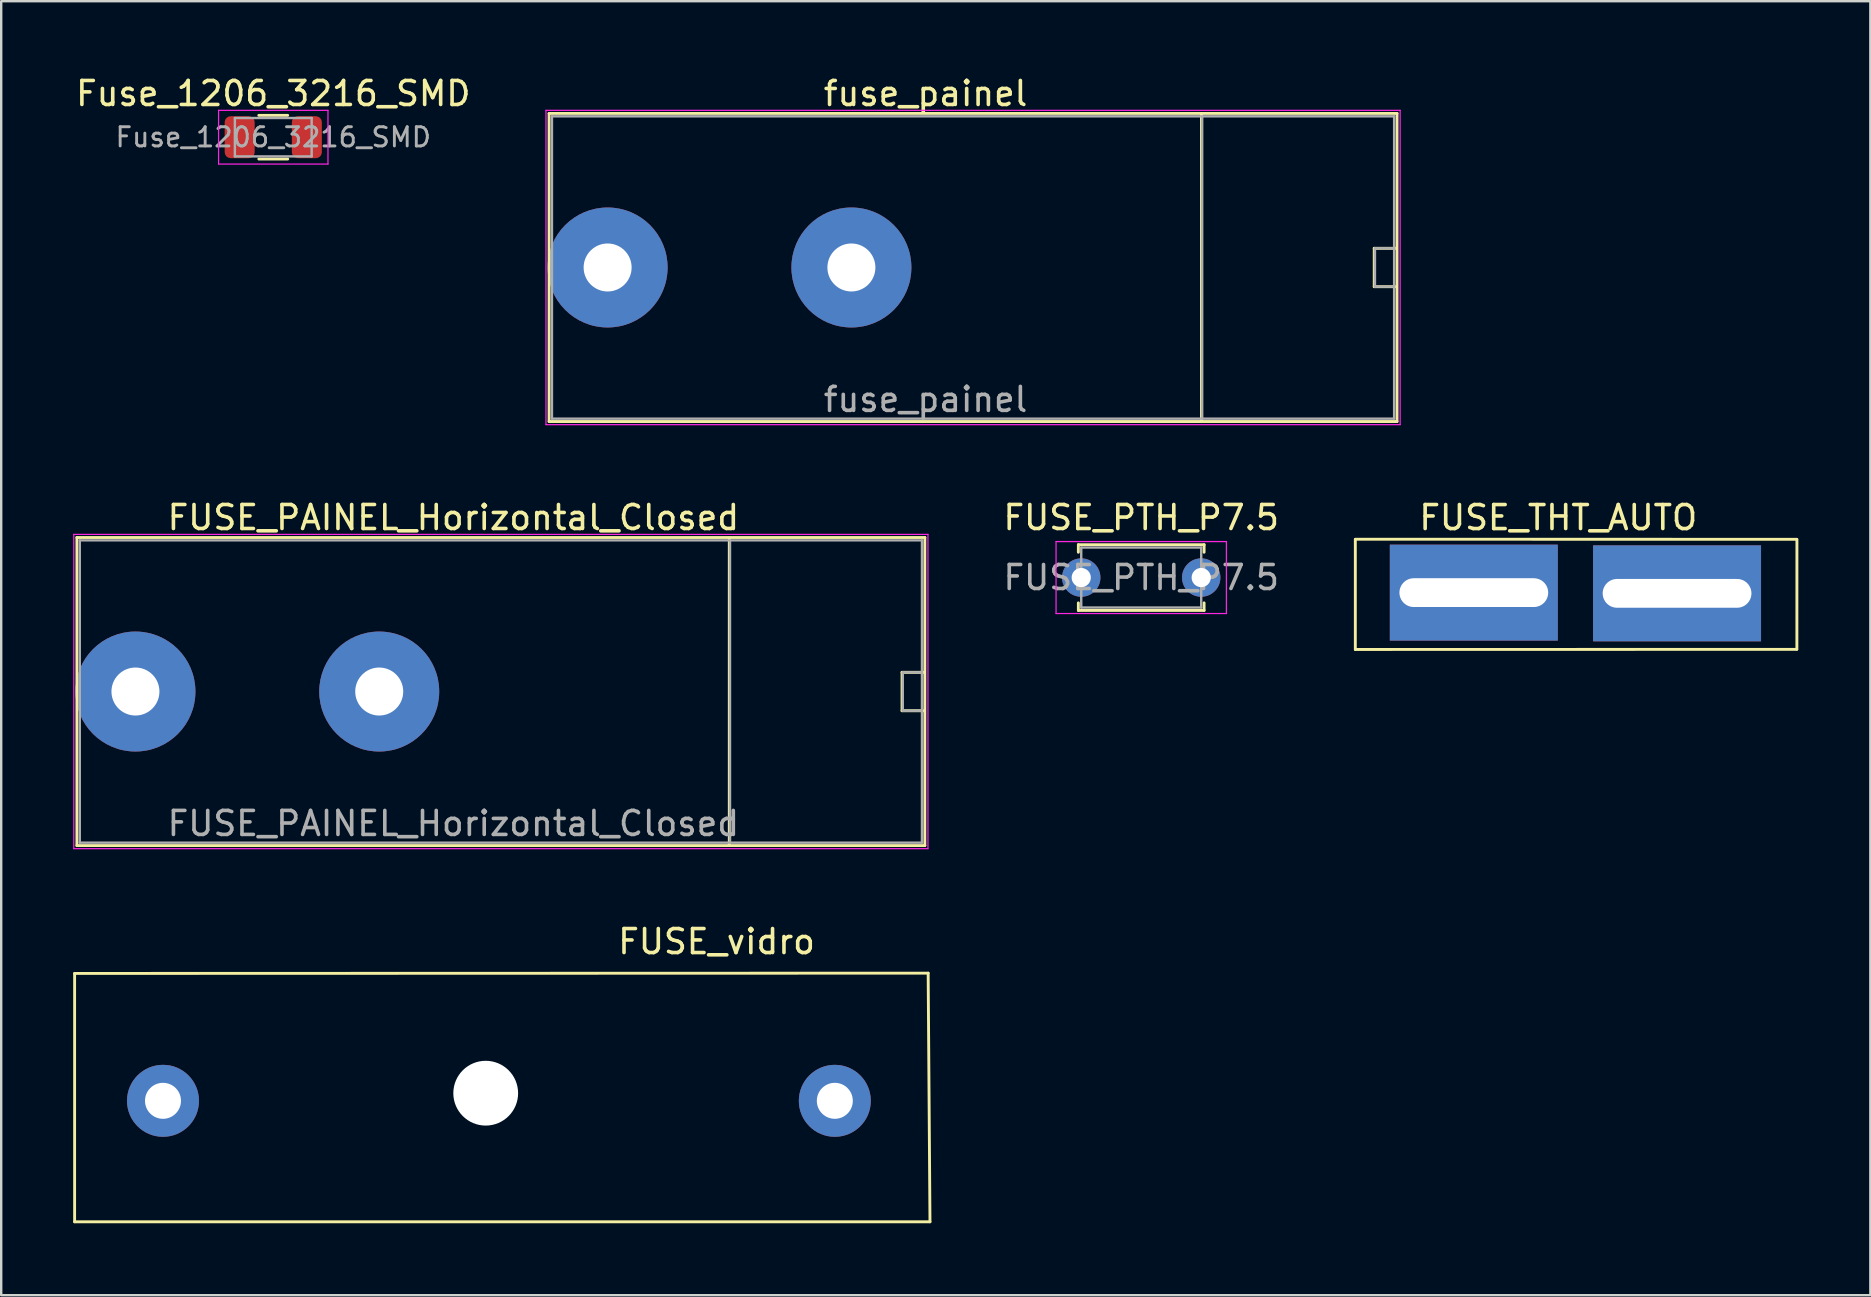
<source format=kicad_pcb>
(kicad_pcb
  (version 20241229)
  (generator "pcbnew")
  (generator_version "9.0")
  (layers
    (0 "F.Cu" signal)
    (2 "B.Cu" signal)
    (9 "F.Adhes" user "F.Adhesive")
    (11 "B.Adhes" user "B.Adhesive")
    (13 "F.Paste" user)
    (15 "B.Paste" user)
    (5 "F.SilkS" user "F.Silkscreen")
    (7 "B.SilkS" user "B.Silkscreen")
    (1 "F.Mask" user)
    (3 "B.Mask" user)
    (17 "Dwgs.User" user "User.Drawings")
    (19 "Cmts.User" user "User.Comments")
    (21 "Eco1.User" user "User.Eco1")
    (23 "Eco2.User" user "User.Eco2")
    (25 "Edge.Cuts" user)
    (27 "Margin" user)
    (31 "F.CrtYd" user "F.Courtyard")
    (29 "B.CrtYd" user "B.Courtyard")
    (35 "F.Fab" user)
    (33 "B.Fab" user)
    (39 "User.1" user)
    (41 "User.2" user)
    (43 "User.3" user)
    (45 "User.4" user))
  (footprint "FUSE_PTH_P7.5"
    (layer "F.Cu")
    (at 42.013 21.021)
    (property "Reference" "FUSE_PTH_P7.5" (at 2.5 -2.5 0) (layer "F.SilkS") (effects (font (size 1 1) (thickness 0.15))))
    (attr through_hole)
    (fp_line (start -0.12 -1.37) (end -0.12 -1.055) (stroke (width 0.12) (type solid)) (layer "F.SilkS"))
    (fp_line (start -0.12 -1.37) (end 5.12 -1.37) (stroke (width 0.12) (type solid)) (layer "F.SilkS"))
    (fp_line (start -0.12 1.055) (end -0.12 1.37) (stroke (width 0.12) (type solid)) (layer "F.SilkS"))
    (fp_line (start -0.12 1.37) (end 5.12 1.37) (stroke (width 0.12) (type solid)) (layer "F.SilkS"))
    (fp_line (start 5.12 -1.37) (end 5.12 -1.055) (stroke (width 0.12) (type solid)) (layer "F.SilkS"))
    (fp_line (start 5.12 1.055) (end 5.12 1.37) (stroke (width 0.12) (type solid)) (layer "F.SilkS"))
    (fp_line (start -1.05 -1.5) (end -1.05 1.5) (stroke (width 0.05) (type solid)) (layer "F.CrtYd"))
    (fp_line (start -1.05 1.5) (end 6.05 1.5) (stroke (width 0.05) (type solid)) (layer "F.CrtYd"))
    (fp_line (start 6.05 -1.5) (end -1.05 -1.5) (stroke (width 0.05) (type solid)) (layer "F.CrtYd"))
    (fp_line (start 6.05 1.5) (end 6.05 -1.5) (stroke (width 0.05) (type solid)) (layer "F.CrtYd"))
    (fp_line (start 0 -1.25) (end 0 1.25) (stroke (width 0.1) (type solid)) (layer "F.Fab"))
    (fp_line (start 0 1.25) (end 5 1.25) (stroke (width 0.1) (type solid)) (layer "F.Fab"))
    (fp_line (start 5 -1.25) (end 0 -1.25) (stroke (width 0.1) (type solid)) (layer "F.Fab"))
    (fp_line (start 5 1.25) (end 5 -1.25) (stroke (width 0.1) (type solid)) (layer "F.Fab"))
    (fp_text user "${REFERENCE}" (at 2.5 0 0) (layer "F.Fab") (effects (font (size 1 1) (thickness 0.15))))
    (pad "1" thru_hole circle (at 0 0) (size 1.6 1.6) (drill 0.8) (layers "*.Cu" "*.Mask"))
    (pad "2" thru_hole circle (at 5 0) (size 1.6 1.6) (drill 0.8) (layers "*.Cu" "*.Mask")))
  (footprint "fuse_painel"
    (layer "F.Cu")
    (at 22.274 8.098)
    (property "Reference" "fuse_painel" (at 13.25 -7.25 180) (layer "F.SilkS") (effects (font (size 1 1) (thickness 0.15))))
    (attr through_hole)
    (fp_line (start -2.44 -6.42) (end -2.44 6.42) (stroke (width 0.12) (type solid)) (layer "F.SilkS"))
    (fp_line (start -2.44 -6.42) (end 32.9 -6.42) (stroke (width 0.12) (type solid)) (layer "F.SilkS"))
    (fp_line (start 24.75 -6.4) (end 24.75 6.4) (stroke (width 0.12) (type solid)) (layer "F.SilkS"))
    (fp_line (start 31.95 -0.8) (end 31.95 0.8) (stroke (width 0.12) (type solid)) (layer "F.SilkS"))
    (fp_line (start 31.95 0.8) (end 32.85 0.8) (stroke (width 0.12) (type solid)) (layer "F.SilkS"))
    (fp_line (start 32.85 -0.8) (end 31.95 -0.8) (stroke (width 0.12) (type solid)) (layer "F.SilkS"))
    (fp_line (start 32.9 6.42) (end -2.44 6.42) (stroke (width 0.12) (type solid)) (layer "F.SilkS"))
    (fp_line (start 32.9 6.42) (end 32.9 -6.42) (stroke (width 0.12) (type solid)) (layer "F.SilkS"))
    (fp_line (start -2.57 -6.55) (end -2.57 6.55) (stroke (width 0.05) (type solid)) (layer "F.CrtYd"))
    (fp_line (start -2.57 -6.55) (end 33.03 -6.55) (stroke (width 0.05) (type solid)) (layer "F.CrtYd"))
    (fp_line (start 33.03 6.55) (end -2.57 6.55) (stroke (width 0.05) (type solid)) (layer "F.CrtYd"))
    (fp_line (start 33.03 6.55) (end 33.03 -6.55) (stroke (width 0.05) (type solid)) (layer "F.CrtYd"))
    (fp_line (start -2.32 6.3) (end -2.32 -6.3) (stroke (width 0.1) (type solid)) (layer "F.Fab"))
    (fp_line (start -2.32 6.3) (end 32.78 6.3) (stroke (width 0.1) (type solid)) (layer "F.Fab"))
    (fp_line (start 24.78 6.3) (end 24.78 -6.3) (stroke (width 0.1) (type solid)) (layer "F.Fab"))
    (fp_line (start 31.98 -0.8) (end 31.98 0.8) (stroke (width 0.1) (type solid)) (layer "F.Fab"))
    (fp_line (start 31.98 0.8) (end 32.78 0.8) (stroke (width 0.1) (type solid)) (layer "F.Fab"))
    (fp_line (start 32.78 -6.3) (end -2.32 -6.3) (stroke (width 0.1) (type solid)) (layer "F.Fab"))
    (fp_line (start 32.78 -0.8) (end 31.98 -0.8) (stroke (width 0.1) (type solid)) (layer "F.Fab"))
    (fp_line (start 32.78 6.3) (end 32.78 -6.3) (stroke (width 0.1) (type solid)) (layer "F.Fab"))
    (fp_text user "${REFERENCE}" (at 13.25 5.5 180) (layer "F.Fab") (effects (font (size 1 1) (thickness 0.15))))
    (pad "1" thru_hole circle (at 0 0) (size 5 5) (drill 2) (layers "*.Cu" "*.Mask"))
    (pad "2" thru_hole circle (at 10.16 0) (size 5 5) (drill 2) (layers "*.Cu" "*.Mask")))
  (footprint "FUSE_PAINEL_Horizontal_Closed"
    (layer "F.Cu")
    (at 2.595 25.771)
    (property "Reference" "FUSE_PAINEL_Horizontal_Closed" (at 13.25 -7.25 180) (layer "F.SilkS") (effects (font (size 1 1) (thickness 0.15))))
    (attr through_hole)
    (fp_line (start -2.44 -6.42) (end -2.44 6.42) (stroke (width 0.12) (type solid)) (layer "F.SilkS"))
    (fp_line (start -2.44 -6.42) (end 32.9 -6.42) (stroke (width 0.12) (type solid)) (layer "F.SilkS"))
    (fp_line (start 24.75 -6.4) (end 24.75 6.4) (stroke (width 0.12) (type solid)) (layer "F.SilkS"))
    (fp_line (start 31.95 -0.8) (end 31.95 0.8) (stroke (width 0.12) (type solid)) (layer "F.SilkS"))
    (fp_line (start 31.95 0.8) (end 32.85 0.8) (stroke (width 0.12) (type solid)) (layer "F.SilkS"))
    (fp_line (start 32.85 -0.8) (end 31.95 -0.8) (stroke (width 0.12) (type solid)) (layer "F.SilkS"))
    (fp_line (start 32.9 6.42) (end -2.44 6.42) (stroke (width 0.12) (type solid)) (layer "F.SilkS"))
    (fp_line (start 32.9 6.42) (end 32.9 -6.42) (stroke (width 0.12) (type solid)) (layer "F.SilkS"))
    (fp_line (start -2.57 -6.55) (end -2.57 6.55) (stroke (width 0.05) (type solid)) (layer "F.CrtYd"))
    (fp_line (start -2.57 -6.55) (end 33.03 -6.55) (stroke (width 0.05) (type solid)) (layer "F.CrtYd"))
    (fp_line (start 33.03 6.55) (end -2.57 6.55) (stroke (width 0.05) (type solid)) (layer "F.CrtYd"))
    (fp_line (start 33.03 6.55) (end 33.03 -6.55) (stroke (width 0.05) (type solid)) (layer "F.CrtYd"))
    (fp_line (start -2.32 6.3) (end -2.32 -6.3) (stroke (width 0.1) (type solid)) (layer "F.Fab"))
    (fp_line (start -2.32 6.3) (end 32.78 6.3) (stroke (width 0.1) (type solid)) (layer "F.Fab"))
    (fp_line (start 24.78 6.3) (end 24.78 -6.3) (stroke (width 0.1) (type solid)) (layer "F.Fab"))
    (fp_line (start 31.98 -0.8) (end 31.98 0.8) (stroke (width 0.1) (type solid)) (layer "F.Fab"))
    (fp_line (start 31.98 0.8) (end 32.78 0.8) (stroke (width 0.1) (type solid)) (layer "F.Fab"))
    (fp_line (start 32.78 -6.3) (end -2.32 -6.3) (stroke (width 0.1) (type solid)) (layer "F.Fab"))
    (fp_line (start 32.78 -0.8) (end 31.98 -0.8) (stroke (width 0.1) (type solid)) (layer "F.Fab"))
    (fp_line (start 32.78 6.3) (end 32.78 -6.3) (stroke (width 0.1) (type solid)) (layer "F.Fab"))
    (fp_text user "${REFERENCE}" (at 13.25 5.5 180) (layer "F.Fab") (effects (font (size 1 1) (thickness 0.15))))
    (pad "1" thru_hole circle (at 0 0) (size 5 5) (drill 2) (layers "*.Cu" "*.Mask"))
    (pad "2" thru_hole circle (at 10.16 0) (size 5 5) (drill 2) (layers "*.Cu" "*.Mask")))
  (footprint "FUSE_vidro"
    (layer "F.Cu")
    (at 1.305 42.867)
    (property "Reference" "FUSE_vidro" (at 25.509 -6.673 0) (layer "F.SilkS") (effects (font (size 1 1) (thickness 0.15))))
    (attr through_hole)
    (fp_line (start -1.245 -5.347) (end 34.328 -5.359) (stroke (width 0.12) (type solid)) (layer "F.SilkS"))
    (fp_line (start -1.245 5.004) (end -1.245 -5.347) (stroke (width 0.12) (type solid)) (layer "F.SilkS"))
    (fp_line (start 34.328 -5.359) (end 34.404 5.004) (stroke (width 0.12) (type solid)) (layer "F.SilkS"))
    (fp_line (start 34.404 5.004) (end -1.245 5.004) (stroke (width 0.12) (type solid)) (layer "F.SilkS"))
    (pad "" np_thru_hole circle (at 15.888 -0.356) (size 2.7 2.7) (drill 2.7) (layers "*.Cu" "*.Mask"))
    (pad "1" thru_hole circle (at 2.438 -0.038) (size 3 3) (drill 1.5) (layers "*.Cu" "*.Mask"))
    (pad "2" thru_hole circle (at 30.438 -0.038) (size 3 3) (drill 1.5) (layers "*.Cu" "*.Mask")))
  (footprint "FUSE_THT_AUTO"
    (layer "F.Cu")
    (at 62.593 21.481)
    (property "Reference" "FUSE_THT_AUTO" (at -0.699 -2.959 180) (layer "F.SilkS") (effects (font (size 1 1) (thickness 0.15))))
    (attr through_hole)
    (fp_line (start -9.157 -2.057) (end 9.238 -2.055) (stroke (width 0.12) (type solid)) (layer "F.SilkS"))
    (fp_line (start -9.157 2.543) (end -9.157 -2.045) (stroke (width 0.12) (type solid)) (layer "F.SilkS"))
    (fp_line (start 9.238 2.532) (end -9.154 2.537) (stroke (width 0.12) (type solid)) (layer "F.SilkS"))
    (fp_line (start 9.248 -2.05) (end 9.246 2.53) (stroke (width 0.12) (type solid)) (layer "F.SilkS"))
    (pad "1" thru_hole trapezoid (at -4.219 0.168 90) (size 4 7) (drill oval 1.2 6.2) (layers "*.Cu" "*.Mask"))
    (pad "2" thru_hole trapezoid (at 4.252 0.198 90) (size 4 7) (drill oval 1.2 6.2) (layers "*.Cu" "*.Mask")))
  (footprint "Fuse_1206_3216_SMD"
    (layer "F.Cu")
    (at 8.339 2.668)
    (property "Reference" "Fuse_1206_3216_SMD" (at 0 -1.82 0) (layer "F.SilkS") (effects (font (size 1 1) (thickness 0.15))))
    (attr smd)
    (fp_line (start -0.602 -0.91) (end 0.602 -0.91) (stroke (width 0.12) (type solid)) (layer "F.SilkS"))
    (fp_line (start -0.602 0.91) (end 0.602 0.91) (stroke (width 0.12) (type solid)) (layer "F.SilkS"))
    (fp_line (start -2.28 -1.12) (end 2.28 -1.12) (stroke (width 0.05) (type solid)) (layer "F.CrtYd"))
    (fp_line (start -2.28 1.12) (end -2.28 -1.12) (stroke (width 0.05) (type solid)) (layer "F.CrtYd"))
    (fp_line (start 2.28 -1.12) (end 2.28 1.12) (stroke (width 0.05) (type solid)) (layer "F.CrtYd"))
    (fp_line (start 2.28 1.12) (end -2.28 1.12) (stroke (width 0.05) (type solid)) (layer "F.CrtYd"))
    (fp_line (start -1.6 -0.8) (end 1.6 -0.8) (stroke (width 0.1) (type solid)) (layer "F.Fab"))
    (fp_line (start -1.6 0.8) (end -1.6 -0.8) (stroke (width 0.1) (type solid)) (layer "F.Fab"))
    (fp_line (start 1.6 -0.8) (end 1.6 0.8) (stroke (width 0.1) (type solid)) (layer "F.Fab"))
    (fp_line (start 1.6 0.8) (end -1.6 0.8) (stroke (width 0.1) (type solid)) (layer "F.Fab"))
    (fp_text user "${REFERENCE}" (at 0 0 0) (layer "F.Fab") (effects (font (size 0.8 0.8) (thickness 0.12))))
    (pad "1" smd roundrect (at -1.4 0) (size 1.25 1.75) (layers "F.Cu" "F.Mask" "F.Paste") (roundrect_rratio 0.2))
    (pad "2" smd roundrect (at 1.4 0) (size 1.25 1.75) (layers "F.Cu" "F.Mask" "F.Paste") (roundrect_rratio 0.2)))
  (gr_rect
    (start -3 -3)
    (end 74.901 50.931)
    (stroke (width 0.1) (type default))
    (fill no)
    (layer "Edge.Cuts")))
</source>
